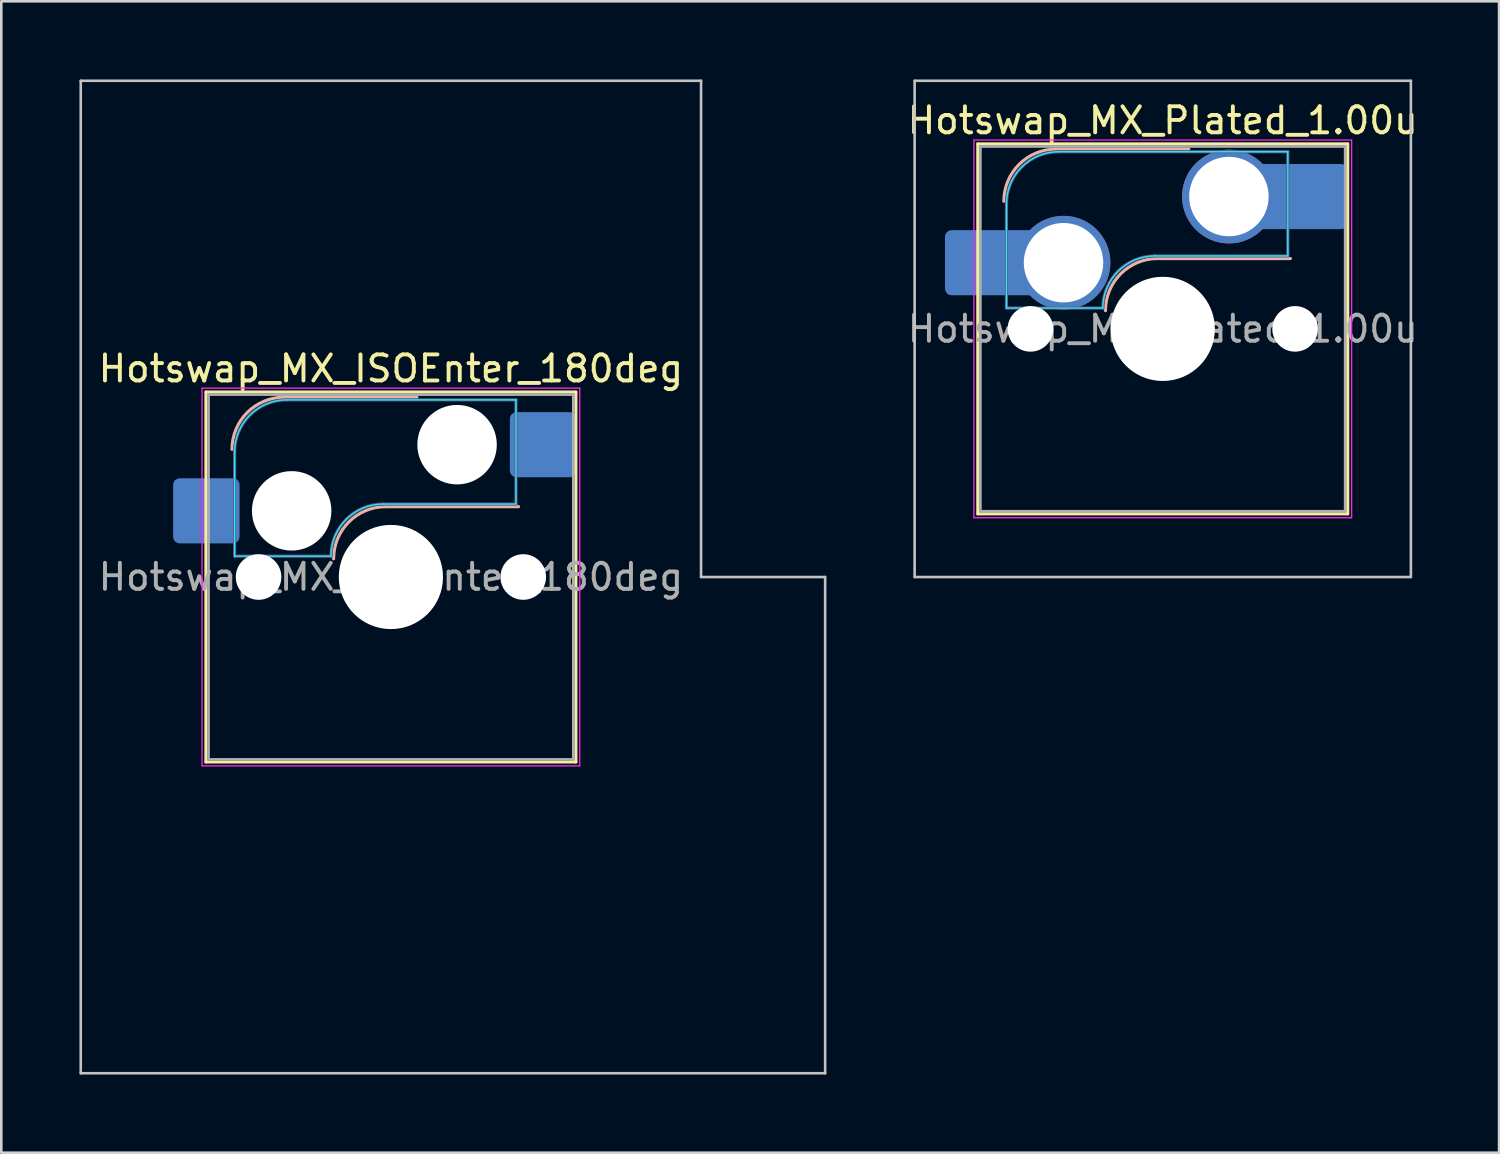
<source format=kicad_pcb>
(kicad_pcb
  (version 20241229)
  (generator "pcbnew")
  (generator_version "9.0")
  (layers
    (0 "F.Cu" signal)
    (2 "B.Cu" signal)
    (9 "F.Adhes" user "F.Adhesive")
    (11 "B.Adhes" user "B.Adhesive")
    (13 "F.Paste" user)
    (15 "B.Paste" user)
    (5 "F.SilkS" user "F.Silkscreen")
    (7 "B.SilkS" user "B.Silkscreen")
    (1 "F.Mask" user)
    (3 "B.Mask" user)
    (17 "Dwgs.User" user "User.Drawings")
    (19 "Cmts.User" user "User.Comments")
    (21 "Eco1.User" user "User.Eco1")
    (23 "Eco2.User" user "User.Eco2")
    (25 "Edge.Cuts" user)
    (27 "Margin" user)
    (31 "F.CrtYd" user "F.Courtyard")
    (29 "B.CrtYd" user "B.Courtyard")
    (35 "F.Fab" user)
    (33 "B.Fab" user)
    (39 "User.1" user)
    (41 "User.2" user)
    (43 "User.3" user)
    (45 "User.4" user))
  (footprint "Hotswap_MX_Plated_1.00u"
    (layer "F.Cu")
    (at 41.586 9.575)
    (property "Reference" "Hotswap_MX_Plated_1.00u" (at 0 -8 0) (layer "F.SilkS") (effects (font (size 1 1) (thickness 0.15))))
    (attr smd allow_soldermask_bridges)
    (fp_line (start -7.1 -7.1) (end -7.1 7.1) (stroke (width 0.12) (type solid)) (layer "F.SilkS"))
    (fp_line (start -7.1 7.1) (end 7.1 7.1) (stroke (width 0.12) (type solid)) (layer "F.SilkS"))
    (fp_line (start 7.1 -7.1) (end -7.1 -7.1) (stroke (width 0.12) (type solid)) (layer "F.SilkS"))
    (fp_line (start 7.1 7.1) (end 7.1 -7.1) (stroke (width 0.12) (type solid)) (layer "F.SilkS"))
    (fp_line (start -4.1 -6.9) (end 1 -6.9) (stroke (width 0.12) (type solid)) (layer "B.SilkS"))
    (fp_line (start -0.2 -2.7) (end 4.9 -2.7) (stroke (width 0.12) (type solid)) (layer "B.SilkS"))
    (fp_arc (start -6.1 -4.9) (mid -5.514214 -6.314214) (end -4.1 -6.9) (stroke (width 0.12) (type solid)) (layer "B.SilkS"))
    (fp_arc (start -2.2 -0.7) (mid -1.614214 -2.114214) (end -0.2 -2.7) (stroke (width 0.12) (type solid)) (layer "B.SilkS"))
    (fp_line (start -9.525 -9.525) (end -9.525 9.525) (stroke (width 0.1) (type solid)) (layer "Dwgs.User"))
    (fp_line (start -9.525 9.525) (end 9.525 9.525) (stroke (width 0.1) (type solid)) (layer "Dwgs.User"))
    (fp_line (start 9.525 -9.525) (end -9.525 -9.525) (stroke (width 0.1) (type solid)) (layer "Dwgs.User"))
    (fp_line (start 9.525 9.525) (end 9.525 -9.525) (stroke (width 0.1) (type solid)) (layer "Dwgs.User"))
    (fp_line (start -7.8 -6) (end -7 -6) (stroke (width 0.1) (type solid)) (layer "Eco1.User"))
    (fp_line (start -7.8 -2.9) (end -7.8 -6) (stroke (width 0.1) (type solid)) (layer "Eco1.User"))
    (fp_line (start -7.8 2.9) (end -7 2.9) (stroke (width 0.1) (type solid)) (layer "Eco1.User"))
    (fp_line (start -7.8 6) (end -7.8 2.9) (stroke (width 0.1) (type solid)) (layer "Eco1.User"))
    (fp_line (start -7 -7) (end 7 -7) (stroke (width 0.1) (type solid)) (layer "Eco1.User"))
    (fp_line (start -7 -6) (end -7 -7) (stroke (width 0.1) (type solid)) (layer "Eco1.User"))
    (fp_line (start -7 -2.9) (end -7.8 -2.9) (stroke (width 0.1) (type solid)) (layer "Eco1.User"))
    (fp_line (start -7 2.9) (end -7 -2.9) (stroke (width 0.1) (type solid)) (layer "Eco1.User"))
    (fp_line (start -7 6) (end -7.8 6) (stroke (width 0.1) (type solid)) (layer "Eco1.User"))
    (fp_line (start -7 7) (end -7 6) (stroke (width 0.1) (type solid)) (layer "Eco1.User"))
    (fp_line (start 7 -7) (end 7 -6) (stroke (width 0.1) (type solid)) (layer "Eco1.User"))
    (fp_line (start 7 -6) (end 7.8 -6) (stroke (width 0.1) (type solid)) (layer "Eco1.User"))
    (fp_line (start 7 -2.9) (end 7 2.9) (stroke (width 0.1) (type solid)) (layer "Eco1.User"))
    (fp_line (start 7 2.9) (end 7.8 2.9) (stroke (width 0.1) (type solid)) (layer "Eco1.User"))
    (fp_line (start 7 6) (end 7 7) (stroke (width 0.1) (type solid)) (layer "Eco1.User"))
    (fp_line (start 7 7) (end -7 7) (stroke (width 0.1) (type solid)) (layer "Eco1.User"))
    (fp_line (start 7.8 -6) (end 7.8 -2.9) (stroke (width 0.1) (type solid)) (layer "Eco1.User"))
    (fp_line (start 7.8 -2.9) (end 7 -2.9) (stroke (width 0.1) (type solid)) (layer "Eco1.User"))
    (fp_line (start 7.8 2.9) (end 7.8 6) (stroke (width 0.1) (type solid)) (layer "Eco1.User"))
    (fp_line (start 7.8 6) (end 7 6) (stroke (width 0.1) (type solid)) (layer "Eco1.User"))
    (fp_line (start -6 -0.8) (end -6 -4.8) (stroke (width 0.05) (type solid)) (layer "B.CrtYd"))
    (fp_line (start -6 -0.8) (end -2.3 -0.8) (stroke (width 0.05) (type solid)) (layer "B.CrtYd"))
    (fp_line (start -4 -6.8) (end 4.8 -6.8) (stroke (width 0.05) (type solid)) (layer "B.CrtYd"))
    (fp_line (start -0.3 -2.8) (end 4.8 -2.8) (stroke (width 0.05) (type solid)) (layer "B.CrtYd"))
    (fp_line (start 4.8 -6.8) (end 4.8 -2.8) (stroke (width 0.05) (type solid)) (layer "B.CrtYd"))
    (fp_arc (start -6 -4.8) (mid -5.414214 -6.214214) (end -4 -6.8) (stroke (width 0.05) (type solid)) (layer "B.CrtYd"))
    (fp_arc (start -2.3 -0.8) (mid -1.714214 -2.214214) (end -0.3 -2.8) (stroke (width 0.05) (type solid)) (layer "B.CrtYd"))
    (fp_line (start -7.25 -7.25) (end -7.25 7.25) (stroke (width 0.05) (type solid)) (layer "F.CrtYd"))
    (fp_line (start -7.25 7.25) (end 7.25 7.25) (stroke (width 0.05) (type solid)) (layer "F.CrtYd"))
    (fp_line (start 7.25 -7.25) (end -7.25 -7.25) (stroke (width 0.05) (type solid)) (layer "F.CrtYd"))
    (fp_line (start 7.25 7.25) (end 7.25 -7.25) (stroke (width 0.05) (type solid)) (layer "F.CrtYd"))
    (fp_line (start -6 -0.8) (end -6 -4.8) (stroke (width 0.12) (type solid)) (layer "B.Fab"))
    (fp_line (start -6 -0.8) (end -2.3 -0.8) (stroke (width 0.12) (type solid)) (layer "B.Fab"))
    (fp_line (start -4 -6.8) (end 4.8 -6.8) (stroke (width 0.12) (type solid)) (layer "B.Fab"))
    (fp_line (start -0.3 -2.8) (end 4.8 -2.8) (stroke (width 0.12) (type solid)) (layer "B.Fab"))
    (fp_line (start 4.8 -6.8) (end 4.8 -2.8) (stroke (width 0.12) (type solid)) (layer "B.Fab"))
    (fp_arc (start -6 -4.8) (mid -5.414214 -6.214214) (end -4 -6.8) (stroke (width 0.12) (type solid)) (layer "B.Fab"))
    (fp_arc (start -2.3 -0.8) (mid -1.714214 -2.214214) (end -0.3 -2.8) (stroke (width 0.12) (type solid)) (layer "B.Fab"))
    (fp_line (start -7 -7) (end -7 7) (stroke (width 0.1) (type solid)) (layer "F.Fab"))
    (fp_line (start -7 7) (end 7 7) (stroke (width 0.1) (type solid)) (layer "F.Fab"))
    (fp_line (start 7 -7) (end -7 -7) (stroke (width 0.1) (type solid)) (layer "F.Fab"))
    (fp_line (start 7 7) (end 7 -7) (stroke (width 0.1) (type solid)) (layer "F.Fab"))
    (fp_text user "${REFERENCE}" (at 0 0 0) (layer "F.Fab") (effects (font (size 1 1) (thickness 0.15))))
    (pad "" smd roundrect (at -7.085 -2.54) (size 2.55 2.5) (layers "B.Mask" "B.Paste") (roundrect_rratio 0.1))
    (pad "" np_thru_hole circle (at -5.08 0) (size 1.75 1.75) (drill 1.75) (layers "*.Cu" "*.Mask"))
    (pad "" np_thru_hole circle (at 0 0) (size 4 4) (drill 4) (layers "*.Cu" "*.Mask"))
    (pad "" np_thru_hole circle (at 5.08 0) (size 1.75 1.75) (drill 1.75) (layers "*.Cu" "*.Mask"))
    (pad "" smd roundrect (at 5.842 -5.08) (size 2.55 2.5) (layers "B.Mask" "B.Paste") (roundrect_rratio 0.1))
    (pad "1" smd roundrect (at -6.585 -2.54) (size 3.55 2.5) (layers "B.Cu") (roundrect_rratio 0.1))
    (pad "1" thru_hole circle (at -3.81 -2.54) (size 3.6 3.6) (drill 3.05) (layers "*.Cu" "*.Mask"))
    (pad "2" thru_hole circle (at 2.54 -5.08) (size 3.6 3.6) (drill 3.05) (layers "*.Cu" "*.Mask"))
    (pad "2" smd roundrect (at 5.32 -5.08) (size 3.55 2.5) (layers "B.Cu") (roundrect_rratio 0.1)))
  (footprint "Hotswap_MX_ISOEnter_180deg"
    (layer "F.Cu")
    (at 11.956 19.1)
    (property "Reference" "Hotswap_MX_ISOEnter_180deg" (at 0 -8 0) (layer "F.SilkS") (effects (font (size 1 1) (thickness 0.15))))
    (attr smd)
    (fp_line (start -7.1 -7.1) (end -7.1 7.1) (stroke (width 0.12) (type solid)) (layer "F.SilkS"))
    (fp_line (start -7.1 7.1) (end 7.1 7.1) (stroke (width 0.12) (type solid)) (layer "F.SilkS"))
    (fp_line (start 7.1 -7.1) (end -7.1 -7.1) (stroke (width 0.12) (type solid)) (layer "F.SilkS"))
    (fp_line (start 7.1 7.1) (end 7.1 -7.1) (stroke (width 0.12) (type solid)) (layer "F.SilkS"))
    (fp_line (start -4.1 -6.9) (end 1 -6.9) (stroke (width 0.12) (type solid)) (layer "B.SilkS"))
    (fp_line (start -0.2 -2.7) (end 4.9 -2.7) (stroke (width 0.12) (type solid)) (layer "B.SilkS"))
    (fp_arc (start -6.1 -4.9) (mid -5.514214 -6.314214) (end -4.1 -6.9) (stroke (width 0.12) (type solid)) (layer "B.SilkS"))
    (fp_arc (start -2.2 -0.7) (mid -1.614214 -2.114214) (end -0.2 -2.7) (stroke (width 0.12) (type solid)) (layer "B.SilkS"))
    (fp_line (start -11.906 -19.05) (end -11.906 19.05) (stroke (width 0.1) (type solid)) (layer "Dwgs.User"))
    (fp_line (start -11.906 19.05) (end 16.669 19.05) (stroke (width 0.1) (type solid)) (layer "Dwgs.User"))
    (fp_line (start 11.906 -19.05) (end -11.906 -19.05) (stroke (width 0.1) (type solid)) (layer "Dwgs.User"))
    (fp_line (start 11.906 0) (end 11.906 -19.05) (stroke (width 0.1) (type solid)) (layer "Dwgs.User"))
    (fp_line (start 16.669 0) (end 11.906 0) (stroke (width 0.1) (type solid)) (layer "Dwgs.User"))
    (fp_line (start 16.669 19.05) (end 16.669 0) (stroke (width 0.1) (type solid)) (layer "Dwgs.User"))
    (fp_line (start -7.8 -6) (end -7 -6) (stroke (width 0.1) (type solid)) (layer "Eco1.User"))
    (fp_line (start -7.8 -2.9) (end -7.8 -6) (stroke (width 0.1) (type solid)) (layer "Eco1.User"))
    (fp_line (start -7.8 2.9) (end -7 2.9) (stroke (width 0.1) (type solid)) (layer "Eco1.User"))
    (fp_line (start -7.8 6) (end -7.8 2.9) (stroke (width 0.1) (type solid)) (layer "Eco1.User"))
    (fp_line (start -7 -7) (end 7 -7) (stroke (width 0.1) (type solid)) (layer "Eco1.User"))
    (fp_line (start -7 -6) (end -7 -7) (stroke (width 0.1) (type solid)) (layer "Eco1.User"))
    (fp_line (start -7 -2.9) (end -7.8 -2.9) (stroke (width 0.1) (type solid)) (layer "Eco1.User"))
    (fp_line (start -7 2.9) (end -7 -2.9) (stroke (width 0.1) (type solid)) (layer "Eco1.User"))
    (fp_line (start -7 6) (end -7.8 6) (stroke (width 0.1) (type solid)) (layer "Eco1.User"))
    (fp_line (start -7 7) (end -7 6) (stroke (width 0.1) (type solid)) (layer "Eco1.User"))
    (fp_line (start 7 -7) (end 7 -6) (stroke (width 0.1) (type solid)) (layer "Eco1.User"))
    (fp_line (start 7 -6) (end 7.8 -6) (stroke (width 0.1) (type solid)) (layer "Eco1.User"))
    (fp_line (start 7 -2.9) (end 7 2.9) (stroke (width 0.1) (type solid)) (layer "Eco1.User"))
    (fp_line (start 7 2.9) (end 7.8 2.9) (stroke (width 0.1) (type solid)) (layer "Eco1.User"))
    (fp_line (start 7 6) (end 7 7) (stroke (width 0.1) (type solid)) (layer "Eco1.User"))
    (fp_line (start 7 7) (end -7 7) (stroke (width 0.1) (type solid)) (layer "Eco1.User"))
    (fp_line (start 7.8 -6) (end 7.8 -2.9) (stroke (width 0.1) (type solid)) (layer "Eco1.User"))
    (fp_line (start 7.8 -2.9) (end 7 -2.9) (stroke (width 0.1) (type solid)) (layer "Eco1.User"))
    (fp_line (start 7.8 2.9) (end 7.8 6) (stroke (width 0.1) (type solid)) (layer "Eco1.User"))
    (fp_line (start 7.8 6) (end 7 6) (stroke (width 0.1) (type solid)) (layer "Eco1.User"))
    (fp_line (start -6 -0.8) (end -6 -4.8) (stroke (width 0.05) (type solid)) (layer "B.CrtYd"))
    (fp_line (start -6 -0.8) (end -2.3 -0.8) (stroke (width 0.05) (type solid)) (layer "B.CrtYd"))
    (fp_line (start -4 -6.8) (end 4.8 -6.8) (stroke (width 0.05) (type solid)) (layer "B.CrtYd"))
    (fp_line (start -0.3 -2.8) (end 4.8 -2.8) (stroke (width 0.05) (type solid)) (layer "B.CrtYd"))
    (fp_line (start 4.8 -6.8) (end 4.8 -2.8) (stroke (width 0.05) (type solid)) (layer "B.CrtYd"))
    (fp_arc (start -6 -4.8) (mid -5.414214 -6.214214) (end -4 -6.8) (stroke (width 0.05) (type solid)) (layer "B.CrtYd"))
    (fp_arc (start -2.3 -0.8) (mid -1.714214 -2.214214) (end -0.3 -2.8) (stroke (width 0.05) (type solid)) (layer "B.CrtYd"))
    (fp_line (start -7.25 -7.25) (end -7.25 7.25) (stroke (width 0.05) (type solid)) (layer "F.CrtYd"))
    (fp_line (start -7.25 7.25) (end 7.25 7.25) (stroke (width 0.05) (type solid)) (layer "F.CrtYd"))
    (fp_line (start 7.25 -7.25) (end -7.25 -7.25) (stroke (width 0.05) (type solid)) (layer "F.CrtYd"))
    (fp_line (start 7.25 7.25) (end 7.25 -7.25) (stroke (width 0.05) (type solid)) (layer "F.CrtYd"))
    (fp_line (start -6 -0.8) (end -6 -4.8) (stroke (width 0.12) (type solid)) (layer "B.Fab"))
    (fp_line (start -6 -0.8) (end -2.3 -0.8) (stroke (width 0.12) (type solid)) (layer "B.Fab"))
    (fp_line (start -4 -6.8) (end 4.8 -6.8) (stroke (width 0.12) (type solid)) (layer "B.Fab"))
    (fp_line (start -0.3 -2.8) (end 4.8 -2.8) (stroke (width 0.12) (type solid)) (layer "B.Fab"))
    (fp_line (start 4.8 -6.8) (end 4.8 -2.8) (stroke (width 0.12) (type solid)) (layer "B.Fab"))
    (fp_arc (start -6 -4.8) (mid -5.414214 -6.214214) (end -4 -6.8) (stroke (width 0.12) (type solid)) (layer "B.Fab"))
    (fp_arc (start -2.3 -0.8) (mid -1.714214 -2.214214) (end -0.3 -2.8) (stroke (width 0.12) (type solid)) (layer "B.Fab"))
    (fp_line (start -7 -7) (end -7 7) (stroke (width 0.1) (type solid)) (layer "F.Fab"))
    (fp_line (start -7 7) (end 7 7) (stroke (width 0.1) (type solid)) (layer "F.Fab"))
    (fp_line (start 7 -7) (end -7 -7) (stroke (width 0.1) (type solid)) (layer "F.Fab"))
    (fp_line (start 7 7) (end 7 -7) (stroke (width 0.1) (type solid)) (layer "F.Fab"))
    (fp_text user "${REFERENCE}" (at 0 0 0) (layer "F.Fab") (effects (font (size 1 1) (thickness 0.15))))
    (pad "" np_thru_hole circle (at -5.08 0) (size 1.75 1.75) (drill 1.75) (layers "*.Cu" "*.Mask"))
    (pad "" np_thru_hole circle (at -3.81 -2.54) (size 3.05 3.05) (drill 3.05) (layers "*.Cu" "*.Mask"))
    (pad "" np_thru_hole circle (at 0 0) (size 4 4) (drill 4) (layers "*.Cu" "*.Mask"))
    (pad "" np_thru_hole circle (at 2.54 -5.08) (size 3.05 3.05) (drill 3.05) (layers "*.Cu" "*.Mask"))
    (pad "" np_thru_hole circle (at 5.08 0) (size 1.75 1.75) (drill 1.75) (layers "*.Cu" "*.Mask"))
    (pad "1" smd roundrect (at -7.085 -2.54) (size 2.55 2.5) (layers "B.Cu" "B.Mask" "B.Paste") (roundrect_rratio 0.1))
    (pad "2" smd roundrect (at 5.842 -5.08) (size 2.55 2.5) (layers "B.Cu" "B.Mask" "B.Paste") (roundrect_rratio 0.1)))
  (gr_rect
    (start -3 -3)
    (end 54.496 41.2)
    (stroke (width 0.1) (type default))
    (fill no)
    (layer "Edge.Cuts")))
</source>
